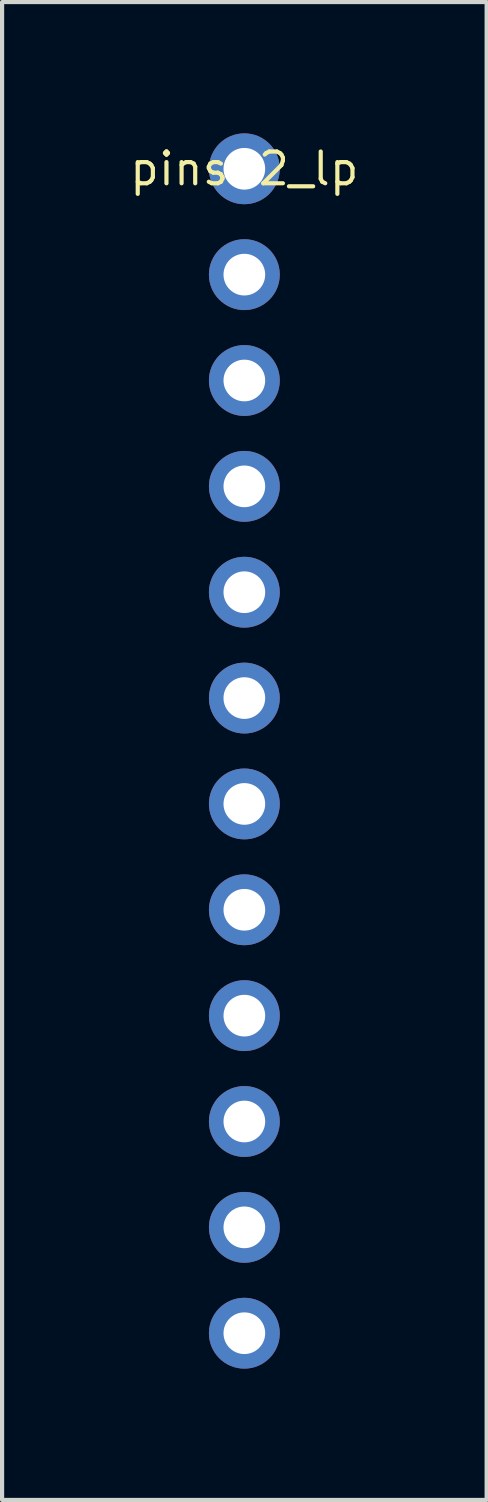
<source format=kicad_pcb>
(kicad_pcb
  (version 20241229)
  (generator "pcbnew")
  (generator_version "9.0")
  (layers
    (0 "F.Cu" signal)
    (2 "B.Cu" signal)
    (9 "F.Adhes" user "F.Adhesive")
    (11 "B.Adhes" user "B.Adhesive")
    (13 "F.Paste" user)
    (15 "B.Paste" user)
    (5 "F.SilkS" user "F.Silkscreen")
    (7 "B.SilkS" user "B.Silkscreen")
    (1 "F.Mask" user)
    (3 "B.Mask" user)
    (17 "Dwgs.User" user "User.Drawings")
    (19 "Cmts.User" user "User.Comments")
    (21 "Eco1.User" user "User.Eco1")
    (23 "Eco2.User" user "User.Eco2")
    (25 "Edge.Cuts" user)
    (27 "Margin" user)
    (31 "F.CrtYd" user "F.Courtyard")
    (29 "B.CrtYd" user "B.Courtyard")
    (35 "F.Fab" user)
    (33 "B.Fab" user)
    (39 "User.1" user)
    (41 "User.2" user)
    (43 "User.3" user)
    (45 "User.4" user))
  (footprint "pins12_lp"
    (layer "F.Cu")
    (at 2.813 1)
    (property "Reference" "pins12_lp" (at 0 0 0) (layer "F.SilkS") (effects (font (size 0.762 0.762) (thickness 0.1))))
    (attr through_hole)
    (fp_poly (pts (xy 1 0) (xy 0.981 -0.195) (xy 0.924 -0.383) (xy 0.831 -0.556) (xy 0.707 -0.707) (xy 0.556 -0.831) (xy 0.383 -0.924) (xy 0.195 -0.981) (xy 0 -1) (xy -0.195 -0.981) (xy -0.383 -0.924) (xy -0.556 -0.831) (xy -0.707 -0.707) (xy -0.831 -0.556) (xy -0.924 -0.383) (xy -0.981 -0.195) (xy -1 0) (xy -0.981 0.195) (xy -0.924 0.383) (xy -0.831 0.556) (xy -0.707 0.707) (xy -0.556 0.831) (xy -0.383 0.924) (xy -0.195 0.981) (xy 0 1) (xy 0.195 0.981) (xy 0.383 0.924) (xy 0.556 0.831) (xy 0.707 0.707) (xy 0.831 0.556) (xy 0.924 0.383) (xy 0.981 0.195)) (stroke (width 0) (type solid)) (fill yes) (layer "F.Mask"))
    (fp_poly (pts (xy 1 2.54) (xy 0.981 2.345) (xy 0.924 2.157) (xy 0.831 1.984) (xy 0.707 1.833) (xy 0.556 1.709) (xy 0.383 1.616) (xy 0.195 1.559) (xy 0 1.54) (xy -0.195 1.559) (xy -0.383 1.616) (xy -0.556 1.709) (xy -0.707 1.833) (xy -0.831 1.984) (xy -0.924 2.157) (xy -0.981 2.345) (xy -1 2.54) (xy -0.981 2.735) (xy -0.924 2.923) (xy -0.831 3.096) (xy -0.707 3.247) (xy -0.556 3.371) (xy -0.383 3.464) (xy -0.195 3.521) (xy 0 3.54) (xy 0.195 3.521) (xy 0.383 3.464) (xy 0.556 3.371) (xy 0.707 3.247) (xy 0.831 3.096) (xy 0.924 2.923) (xy 0.981 2.735)) (stroke (width 0) (type solid)) (fill yes) (layer "F.Mask"))
    (fp_poly (pts (xy 1 5.08) (xy 0.981 4.885) (xy 0.924 4.697) (xy 0.831 4.524) (xy 0.707 4.373) (xy 0.556 4.249) (xy 0.383 4.156) (xy 0.195 4.099) (xy 0 4.08) (xy -0.195 4.099) (xy -0.383 4.156) (xy -0.556 4.249) (xy -0.707 4.373) (xy -0.831 4.524) (xy -0.924 4.697) (xy -0.981 4.885) (xy -1 5.08) (xy -0.981 5.275) (xy -0.924 5.463) (xy -0.831 5.636) (xy -0.707 5.787) (xy -0.556 5.911) (xy -0.383 6.004) (xy -0.195 6.061) (xy 0 6.08) (xy 0.195 6.061) (xy 0.383 6.004) (xy 0.556 5.911) (xy 0.707 5.787) (xy 0.831 5.636) (xy 0.924 5.463) (xy 0.981 5.275)) (stroke (width 0) (type solid)) (fill yes) (layer "F.Mask"))
    (fp_poly (pts (xy 1 7.62) (xy 0.981 7.425) (xy 0.924 7.237) (xy 0.831 7.064) (xy 0.707 6.913) (xy 0.556 6.789) (xy 0.383 6.696) (xy 0.195 6.639) (xy 0 6.62) (xy -0.195 6.639) (xy -0.383 6.696) (xy -0.556 6.789) (xy -0.707 6.913) (xy -0.831 7.064) (xy -0.924 7.237) (xy -0.981 7.425) (xy -1 7.62) (xy -0.981 7.815) (xy -0.924 8.003) (xy -0.831 8.176) (xy -0.707 8.327) (xy -0.556 8.451) (xy -0.383 8.544) (xy -0.195 8.601) (xy 0 8.62) (xy 0.195 8.601) (xy 0.383 8.544) (xy 0.556 8.451) (xy 0.707 8.327) (xy 0.831 8.176) (xy 0.924 8.003) (xy 0.981 7.815)) (stroke (width 0) (type solid)) (fill yes) (layer "F.Mask"))
    (fp_poly (pts (xy 1 10.16) (xy 0.981 9.965) (xy 0.924 9.777) (xy 0.831 9.604) (xy 0.707 9.453) (xy 0.556 9.329) (xy 0.383 9.236) (xy 0.195 9.179) (xy 0 9.16) (xy -0.195 9.179) (xy -0.383 9.236) (xy -0.556 9.329) (xy -0.707 9.453) (xy -0.831 9.604) (xy -0.924 9.777) (xy -0.981 9.965) (xy -1 10.16) (xy -0.981 10.355) (xy -0.924 10.543) (xy -0.831 10.716) (xy -0.707 10.867) (xy -0.556 10.991) (xy -0.383 11.084) (xy -0.195 11.141) (xy 0 11.16) (xy 0.195 11.141) (xy 0.383 11.084) (xy 0.556 10.991) (xy 0.707 10.867) (xy 0.831 10.716) (xy 0.924 10.543) (xy 0.981 10.355)) (stroke (width 0) (type solid)) (fill yes) (layer "F.Mask"))
    (fp_poly (pts (xy 1 12.7) (xy 0.981 12.505) (xy 0.924 12.317) (xy 0.831 12.144) (xy 0.707 11.993) (xy 0.556 11.869) (xy 0.383 11.776) (xy 0.195 11.719) (xy 0 11.7) (xy -0.195 11.719) (xy -0.383 11.776) (xy -0.556 11.869) (xy -0.707 11.993) (xy -0.831 12.144) (xy -0.924 12.317) (xy -0.981 12.505) (xy -1 12.7) (xy -0.981 12.895) (xy -0.924 13.083) (xy -0.831 13.256) (xy -0.707 13.407) (xy -0.556 13.531) (xy -0.383 13.624) (xy -0.195 13.681) (xy 0 13.7) (xy 0.195 13.681) (xy 0.383 13.624) (xy 0.556 13.531) (xy 0.707 13.407) (xy 0.831 13.256) (xy 0.924 13.083) (xy 0.981 12.895)) (stroke (width 0) (type solid)) (fill yes) (layer "F.Mask"))
    (fp_poly (pts (xy 1 15.24) (xy 0.981 15.045) (xy 0.924 14.857) (xy 0.831 14.684) (xy 0.707 14.533) (xy 0.556 14.409) (xy 0.383 14.316) (xy 0.195 14.259) (xy 0 14.24) (xy -0.195 14.259) (xy -0.383 14.316) (xy -0.556 14.409) (xy -0.707 14.533) (xy -0.831 14.684) (xy -0.924 14.857) (xy -0.981 15.045) (xy -1 15.24) (xy -0.981 15.435) (xy -0.924 15.623) (xy -0.831 15.796) (xy -0.707 15.947) (xy -0.556 16.071) (xy -0.383 16.164) (xy -0.195 16.221) (xy 0 16.24) (xy 0.195 16.221) (xy 0.383 16.164) (xy 0.556 16.071) (xy 0.707 15.947) (xy 0.831 15.796) (xy 0.924 15.623) (xy 0.981 15.435)) (stroke (width 0) (type solid)) (fill yes) (layer "F.Mask"))
    (fp_poly (pts (xy 1 17.78) (xy 0.981 17.585) (xy 0.924 17.397) (xy 0.831 17.224) (xy 0.707 17.073) (xy 0.556 16.949) (xy 0.383 16.856) (xy 0.195 16.799) (xy 0 16.78) (xy -0.195 16.799) (xy -0.383 16.856) (xy -0.556 16.949) (xy -0.707 17.073) (xy -0.831 17.224) (xy -0.924 17.397) (xy -0.981 17.585) (xy -1 17.78) (xy -0.981 17.975) (xy -0.924 18.163) (xy -0.831 18.336) (xy -0.707 18.487) (xy -0.556 18.611) (xy -0.383 18.704) (xy -0.195 18.761) (xy 0 18.78) (xy 0.195 18.761) (xy 0.383 18.704) (xy 0.556 18.611) (xy 0.707 18.487) (xy 0.831 18.336) (xy 0.924 18.163) (xy 0.981 17.975)) (stroke (width 0) (type solid)) (fill yes) (layer "F.Mask"))
    (fp_poly (pts (xy 1 20.32) (xy 0.981 20.125) (xy 0.924 19.937) (xy 0.831 19.764) (xy 0.707 19.613) (xy 0.556 19.489) (xy 0.383 19.396) (xy 0.195 19.339) (xy 0 19.32) (xy -0.195 19.339) (xy -0.383 19.396) (xy -0.556 19.489) (xy -0.707 19.613) (xy -0.831 19.764) (xy -0.924 19.937) (xy -0.981 20.125) (xy -1 20.32) (xy -0.981 20.515) (xy -0.924 20.703) (xy -0.831 20.876) (xy -0.707 21.027) (xy -0.556 21.151) (xy -0.383 21.244) (xy -0.195 21.301) (xy 0 21.32) (xy 0.195 21.301) (xy 0.383 21.244) (xy 0.556 21.151) (xy 0.707 21.027) (xy 0.831 20.876) (xy 0.924 20.703) (xy 0.981 20.515)) (stroke (width 0) (type solid)) (fill yes) (layer "F.Mask"))
    (fp_poly (pts (xy 1 22.86) (xy 0.981 22.665) (xy 0.924 22.477) (xy 0.831 22.304) (xy 0.707 22.153) (xy 0.556 22.029) (xy 0.383 21.936) (xy 0.195 21.879) (xy 0 21.86) (xy -0.195 21.879) (xy -0.383 21.936) (xy -0.556 22.029) (xy -0.707 22.153) (xy -0.831 22.304) (xy -0.924 22.477) (xy -0.981 22.665) (xy -1 22.86) (xy -0.981 23.055) (xy -0.924 23.243) (xy -0.831 23.416) (xy -0.707 23.567) (xy -0.556 23.691) (xy -0.383 23.784) (xy -0.195 23.841) (xy 0 23.86) (xy 0.195 23.841) (xy 0.383 23.784) (xy 0.556 23.691) (xy 0.707 23.567) (xy 0.831 23.416) (xy 0.924 23.243) (xy 0.981 23.055)) (stroke (width 0) (type solid)) (fill yes) (layer "F.Mask"))
    (fp_poly (pts (xy 1 25.4) (xy 0.981 25.205) (xy 0.924 25.017) (xy 0.831 24.844) (xy 0.707 24.693) (xy 0.556 24.569) (xy 0.383 24.476) (xy 0.195 24.419) (xy 0 24.4) (xy -0.195 24.419) (xy -0.383 24.476) (xy -0.556 24.569) (xy -0.707 24.693) (xy -0.831 24.844) (xy -0.924 25.017) (xy -0.981 25.205) (xy -1 25.4) (xy -0.981 25.595) (xy -0.924 25.783) (xy -0.831 25.956) (xy -0.707 26.107) (xy -0.556 26.231) (xy -0.383 26.324) (xy -0.195 26.381) (xy 0 26.4) (xy 0.195 26.381) (xy 0.383 26.324) (xy 0.556 26.231) (xy 0.707 26.107) (xy 0.831 25.956) (xy 0.924 25.783) (xy 0.981 25.595)) (stroke (width 0) (type solid)) (fill yes) (layer "F.Mask"))
    (fp_poly (pts (xy 1 27.94) (xy 0.981 27.745) (xy 0.924 27.557) (xy 0.831 27.384) (xy 0.707 27.233) (xy 0.556 27.109) (xy 0.383 27.016) (xy 0.195 26.959) (xy 0 26.94) (xy -0.195 26.959) (xy -0.383 27.016) (xy -0.556 27.109) (xy -0.707 27.233) (xy -0.831 27.384) (xy -0.924 27.557) (xy -0.981 27.745) (xy -1 27.94) (xy -0.981 28.135) (xy -0.924 28.323) (xy -0.831 28.496) (xy -0.707 28.647) (xy -0.556 28.771) (xy -0.383 28.864) (xy -0.195 28.921) (xy 0 28.94) (xy 0.195 28.921) (xy 0.383 28.864) (xy 0.556 28.771) (xy 0.707 28.647) (xy 0.831 28.496) (xy 0.924 28.323) (xy 0.981 28.135)) (stroke (width 0) (type solid)) (fill yes) (layer "F.Mask"))
    (fp_poly (pts (xy 1 0) (xy 0.981 -0.195) (xy 0.924 -0.383) (xy 0.831 -0.556) (xy 0.707 -0.707) (xy 0.556 -0.831) (xy 0.383 -0.924) (xy 0.195 -0.981) (xy 0 -1) (xy -0.195 -0.981) (xy -0.383 -0.924) (xy -0.556 -0.831) (xy -0.707 -0.707) (xy -0.831 -0.556) (xy -0.924 -0.383) (xy -0.981 -0.195) (xy -1 0) (xy -0.981 0.195) (xy -0.924 0.383) (xy -0.831 0.556) (xy -0.707 0.707) (xy -0.556 0.831) (xy -0.383 0.924) (xy -0.195 0.981) (xy 0 1) (xy 0.195 0.981) (xy 0.383 0.924) (xy 0.556 0.831) (xy 0.707 0.707) (xy 0.831 0.556) (xy 0.924 0.383) (xy 0.981 0.195)) (stroke (width 0) (type solid)) (fill yes) (layer "B.Mask"))
    (fp_poly (pts (xy 1 2.54) (xy 0.981 2.345) (xy 0.924 2.157) (xy 0.831 1.984) (xy 0.707 1.833) (xy 0.556 1.709) (xy 0.383 1.616) (xy 0.195 1.559) (xy 0 1.54) (xy -0.195 1.559) (xy -0.383 1.616) (xy -0.556 1.709) (xy -0.707 1.833) (xy -0.831 1.984) (xy -0.924 2.157) (xy -0.981 2.345) (xy -1 2.54) (xy -0.981 2.735) (xy -0.924 2.923) (xy -0.831 3.096) (xy -0.707 3.247) (xy -0.556 3.371) (xy -0.383 3.464) (xy -0.195 3.521) (xy 0 3.54) (xy 0.195 3.521) (xy 0.383 3.464) (xy 0.556 3.371) (xy 0.707 3.247) (xy 0.831 3.096) (xy 0.924 2.923) (xy 0.981 2.735)) (stroke (width 0) (type solid)) (fill yes) (layer "B.Mask"))
    (fp_poly (pts (xy 1 5.08) (xy 0.981 4.885) (xy 0.924 4.697) (xy 0.831 4.524) (xy 0.707 4.373) (xy 0.556 4.249) (xy 0.383 4.156) (xy 0.195 4.099) (xy 0 4.08) (xy -0.195 4.099) (xy -0.383 4.156) (xy -0.556 4.249) (xy -0.707 4.373) (xy -0.831 4.524) (xy -0.924 4.697) (xy -0.981 4.885) (xy -1 5.08) (xy -0.981 5.275) (xy -0.924 5.463) (xy -0.831 5.636) (xy -0.707 5.787) (xy -0.556 5.911) (xy -0.383 6.004) (xy -0.195 6.061) (xy 0 6.08) (xy 0.195 6.061) (xy 0.383 6.004) (xy 0.556 5.911) (xy 0.707 5.787) (xy 0.831 5.636) (xy 0.924 5.463) (xy 0.981 5.275)) (stroke (width 0) (type solid)) (fill yes) (layer "B.Mask"))
    (fp_poly (pts (xy 1 7.62) (xy 0.981 7.425) (xy 0.924 7.237) (xy 0.831 7.064) (xy 0.707 6.913) (xy 0.556 6.789) (xy 0.383 6.696) (xy 0.195 6.639) (xy 0 6.62) (xy -0.195 6.639) (xy -0.383 6.696) (xy -0.556 6.789) (xy -0.707 6.913) (xy -0.831 7.064) (xy -0.924 7.237) (xy -0.981 7.425) (xy -1 7.62) (xy -0.981 7.815) (xy -0.924 8.003) (xy -0.831 8.176) (xy -0.707 8.327) (xy -0.556 8.451) (xy -0.383 8.544) (xy -0.195 8.601) (xy 0 8.62) (xy 0.195 8.601) (xy 0.383 8.544) (xy 0.556 8.451) (xy 0.707 8.327) (xy 0.831 8.176) (xy 0.924 8.003) (xy 0.981 7.815)) (stroke (width 0) (type solid)) (fill yes) (layer "B.Mask"))
    (fp_poly (pts (xy 1 10.16) (xy 0.981 9.965) (xy 0.924 9.777) (xy 0.831 9.604) (xy 0.707 9.453) (xy 0.556 9.329) (xy 0.383 9.236) (xy 0.195 9.179) (xy 0 9.16) (xy -0.195 9.179) (xy -0.383 9.236) (xy -0.556 9.329) (xy -0.707 9.453) (xy -0.831 9.604) (xy -0.924 9.777) (xy -0.981 9.965) (xy -1 10.16) (xy -0.981 10.355) (xy -0.924 10.543) (xy -0.831 10.716) (xy -0.707 10.867) (xy -0.556 10.991) (xy -0.383 11.084) (xy -0.195 11.141) (xy 0 11.16) (xy 0.195 11.141) (xy 0.383 11.084) (xy 0.556 10.991) (xy 0.707 10.867) (xy 0.831 10.716) (xy 0.924 10.543) (xy 0.981 10.355)) (stroke (width 0) (type solid)) (fill yes) (layer "B.Mask"))
    (fp_poly (pts (xy 1 12.7) (xy 0.981 12.505) (xy 0.924 12.317) (xy 0.831 12.144) (xy 0.707 11.993) (xy 0.556 11.869) (xy 0.383 11.776) (xy 0.195 11.719) (xy 0 11.7) (xy -0.195 11.719) (xy -0.383 11.776) (xy -0.556 11.869) (xy -0.707 11.993) (xy -0.831 12.144) (xy -0.924 12.317) (xy -0.981 12.505) (xy -1 12.7) (xy -0.981 12.895) (xy -0.924 13.083) (xy -0.831 13.256) (xy -0.707 13.407) (xy -0.556 13.531) (xy -0.383 13.624) (xy -0.195 13.681) (xy 0 13.7) (xy 0.195 13.681) (xy 0.383 13.624) (xy 0.556 13.531) (xy 0.707 13.407) (xy 0.831 13.256) (xy 0.924 13.083) (xy 0.981 12.895)) (stroke (width 0) (type solid)) (fill yes) (layer "B.Mask"))
    (fp_poly (pts (xy 1 15.24) (xy 0.981 15.045) (xy 0.924 14.857) (xy 0.831 14.684) (xy 0.707 14.533) (xy 0.556 14.409) (xy 0.383 14.316) (xy 0.195 14.259) (xy 0 14.24) (xy -0.195 14.259) (xy -0.383 14.316) (xy -0.556 14.409) (xy -0.707 14.533) (xy -0.831 14.684) (xy -0.924 14.857) (xy -0.981 15.045) (xy -1 15.24) (xy -0.981 15.435) (xy -0.924 15.623) (xy -0.831 15.796) (xy -0.707 15.947) (xy -0.556 16.071) (xy -0.383 16.164) (xy -0.195 16.221) (xy 0 16.24) (xy 0.195 16.221) (xy 0.383 16.164) (xy 0.556 16.071) (xy 0.707 15.947) (xy 0.831 15.796) (xy 0.924 15.623) (xy 0.981 15.435)) (stroke (width 0) (type solid)) (fill yes) (layer "B.Mask"))
    (fp_poly (pts (xy 1 17.78) (xy 0.981 17.585) (xy 0.924 17.397) (xy 0.831 17.224) (xy 0.707 17.073) (xy 0.556 16.949) (xy 0.383 16.856) (xy 0.195 16.799) (xy 0 16.78) (xy -0.195 16.799) (xy -0.383 16.856) (xy -0.556 16.949) (xy -0.707 17.073) (xy -0.831 17.224) (xy -0.924 17.397) (xy -0.981 17.585) (xy -1 17.78) (xy -0.981 17.975) (xy -0.924 18.163) (xy -0.831 18.336) (xy -0.707 18.487) (xy -0.556 18.611) (xy -0.383 18.704) (xy -0.195 18.761) (xy 0 18.78) (xy 0.195 18.761) (xy 0.383 18.704) (xy 0.556 18.611) (xy 0.707 18.487) (xy 0.831 18.336) (xy 0.924 18.163) (xy 0.981 17.975)) (stroke (width 0) (type solid)) (fill yes) (layer "B.Mask"))
    (fp_poly (pts (xy 1 20.32) (xy 0.981 20.125) (xy 0.924 19.937) (xy 0.831 19.764) (xy 0.707 19.613) (xy 0.556 19.489) (xy 0.383 19.396) (xy 0.195 19.339) (xy 0 19.32) (xy -0.195 19.339) (xy -0.383 19.396) (xy -0.556 19.489) (xy -0.707 19.613) (xy -0.831 19.764) (xy -0.924 19.937) (xy -0.981 20.125) (xy -1 20.32) (xy -0.981 20.515) (xy -0.924 20.703) (xy -0.831 20.876) (xy -0.707 21.027) (xy -0.556 21.151) (xy -0.383 21.244) (xy -0.195 21.301) (xy 0 21.32) (xy 0.195 21.301) (xy 0.383 21.244) (xy 0.556 21.151) (xy 0.707 21.027) (xy 0.831 20.876) (xy 0.924 20.703) (xy 0.981 20.515)) (stroke (width 0) (type solid)) (fill yes) (layer "B.Mask"))
    (fp_poly (pts (xy 1 22.86) (xy 0.981 22.665) (xy 0.924 22.477) (xy 0.831 22.304) (xy 0.707 22.153) (xy 0.556 22.029) (xy 0.383 21.936) (xy 0.195 21.879) (xy 0 21.86) (xy -0.195 21.879) (xy -0.383 21.936) (xy -0.556 22.029) (xy -0.707 22.153) (xy -0.831 22.304) (xy -0.924 22.477) (xy -0.981 22.665) (xy -1 22.86) (xy -0.981 23.055) (xy -0.924 23.243) (xy -0.831 23.416) (xy -0.707 23.567) (xy -0.556 23.691) (xy -0.383 23.784) (xy -0.195 23.841) (xy 0 23.86) (xy 0.195 23.841) (xy 0.383 23.784) (xy 0.556 23.691) (xy 0.707 23.567) (xy 0.831 23.416) (xy 0.924 23.243) (xy 0.981 23.055)) (stroke (width 0) (type solid)) (fill yes) (layer "B.Mask"))
    (fp_poly (pts (xy 1 25.4) (xy 0.981 25.205) (xy 0.924 25.017) (xy 0.831 24.844) (xy 0.707 24.693) (xy 0.556 24.569) (xy 0.383 24.476) (xy 0.195 24.419) (xy 0 24.4) (xy -0.195 24.419) (xy -0.383 24.476) (xy -0.556 24.569) (xy -0.707 24.693) (xy -0.831 24.844) (xy -0.924 25.017) (xy -0.981 25.205) (xy -1 25.4) (xy -0.981 25.595) (xy -0.924 25.783) (xy -0.831 25.956) (xy -0.707 26.107) (xy -0.556 26.231) (xy -0.383 26.324) (xy -0.195 26.381) (xy 0 26.4) (xy 0.195 26.381) (xy 0.383 26.324) (xy 0.556 26.231) (xy 0.707 26.107) (xy 0.831 25.956) (xy 0.924 25.783) (xy 0.981 25.595)) (stroke (width 0) (type solid)) (fill yes) (layer "B.Mask"))
    (fp_poly (pts (xy 1 27.94) (xy 0.981 27.745) (xy 0.924 27.557) (xy 0.831 27.384) (xy 0.707 27.233) (xy 0.556 27.109) (xy 0.383 27.016) (xy 0.195 26.959) (xy 0 26.94) (xy -0.195 26.959) (xy -0.383 27.016) (xy -0.556 27.109) (xy -0.707 27.233) (xy -0.831 27.384) (xy -0.924 27.557) (xy -0.981 27.745) (xy -1 27.94) (xy -0.981 28.135) (xy -0.924 28.323) (xy -0.831 28.496) (xy -0.707 28.647) (xy -0.556 28.771) (xy -0.383 28.864) (xy -0.195 28.921) (xy 0 28.94) (xy 0.195 28.921) (xy 0.383 28.864) (xy 0.556 28.771) (xy 0.707 28.647) (xy 0.831 28.496) (xy 0.924 28.323) (xy 0.981 28.135)) (stroke (width 0) (type solid)) (fill yes) (layer "B.Mask"))
    (pad "1" thru_hole circle (at 0 0) (size 1.7 1.7) (drill 1) (layers "*.Cu"))
    (pad "2" thru_hole circle (at 0 2.54) (size 1.7 1.7) (drill 1) (layers "*.Cu"))
    (pad "3" thru_hole circle (at 0 5.08) (size 1.7 1.7) (drill 1) (layers "*.Cu"))
    (pad "4" thru_hole circle (at 0 7.62) (size 1.7 1.7) (drill 1) (layers "*.Cu"))
    (pad "5" thru_hole circle (at 0 10.16) (size 1.7 1.7) (drill 1) (layers "*.Cu"))
    (pad "6" thru_hole circle (at 0 12.7) (size 1.7 1.7) (drill 1) (layers "*.Cu"))
    (pad "7" thru_hole circle (at 0 15.24) (size 1.7 1.7) (drill 1) (layers "*.Cu"))
    (pad "8" thru_hole circle (at 0 17.78) (size 1.7 1.7) (drill 1) (layers "*.Cu"))
    (pad "9" thru_hole circle (at 0 20.32) (size 1.7 1.7) (drill 1) (layers "*.Cu"))
    (pad "10" thru_hole circle (at 0 22.86) (size 1.7 1.7) (drill 1) (layers "*.Cu"))
    (pad "11" thru_hole circle (at 0 25.4) (size 1.7 1.7) (drill 1) (layers "*.Cu"))
    (pad "12" thru_hole circle (at 0 27.94) (size 1.7 1.7) (drill 1) (layers "*.Cu")))
  (gr_rect
    (start -3 -3)
    (end 8.627 32.94)
    (stroke (width 0.1) (type default))
    (fill no)
    (layer "Edge.Cuts")))
</source>
